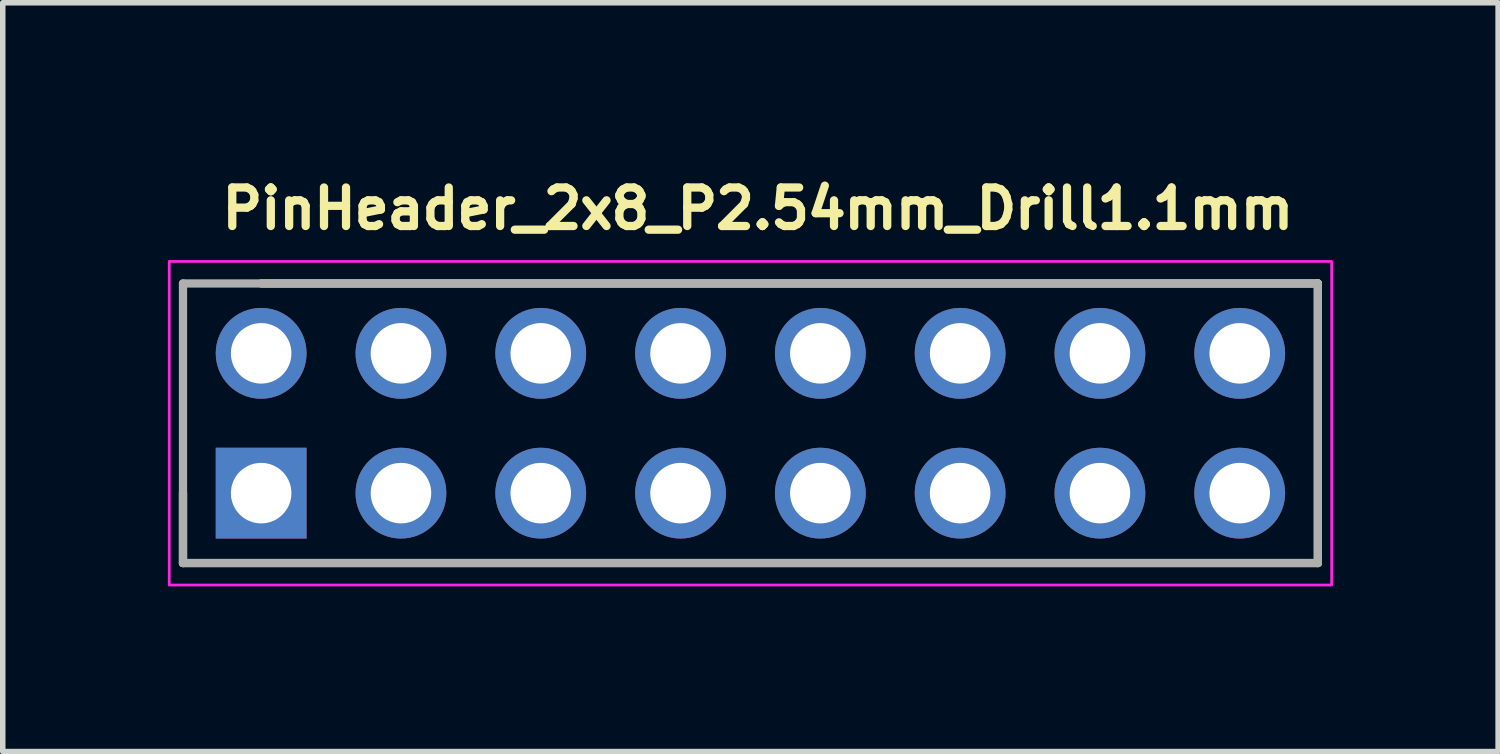
<source format=kicad_pcb>
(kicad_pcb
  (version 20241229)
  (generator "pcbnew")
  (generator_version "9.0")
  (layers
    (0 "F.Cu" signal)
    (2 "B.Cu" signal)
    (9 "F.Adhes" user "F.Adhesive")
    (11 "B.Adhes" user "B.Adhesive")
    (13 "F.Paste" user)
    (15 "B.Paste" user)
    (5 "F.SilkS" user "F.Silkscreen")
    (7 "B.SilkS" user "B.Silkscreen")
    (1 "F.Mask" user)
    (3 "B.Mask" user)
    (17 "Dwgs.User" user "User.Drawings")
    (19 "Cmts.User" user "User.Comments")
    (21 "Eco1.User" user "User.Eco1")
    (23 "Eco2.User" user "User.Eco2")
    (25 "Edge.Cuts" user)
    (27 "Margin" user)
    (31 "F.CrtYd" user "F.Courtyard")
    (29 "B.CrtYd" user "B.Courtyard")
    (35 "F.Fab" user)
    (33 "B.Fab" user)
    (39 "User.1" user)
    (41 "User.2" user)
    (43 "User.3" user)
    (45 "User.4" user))
  (footprint "PinHeader_2x8_P2.54mm_Drill1.1mm"
    (layer "F.Cu")
    (at 1.695 5.91)
    (property "Reference" "PinHeader_2x8_P2.54mm_Drill1.1mm" (at -0.79 -4.76 0) (unlocked yes) (layer "F.SilkS") (effects (font (size 0.7 0.7) (thickness 0.15)) (justify left bottom)))
    (attr through_hole)
    (fp_line (start -1.42 0) (end -1.42 1.27) (stroke (width 0.15) (type solid)) (layer "F.SilkS"))
    (fp_line (start -1.42 1.27) (end 19.2 1.27) (stroke (width 0.15) (type solid)) (layer "F.SilkS"))
    (fp_line (start 19.2 -3.81) (end 0 -3.81) (stroke (width 0.15) (type solid)) (layer "F.SilkS"))
    (fp_line (start 19.2 1.27) (end 19.2 -3.81) (stroke (width 0.15) (type solid)) (layer "F.SilkS"))
    (fp_rect (start -1.67 -4.21) (end 19.45 1.67) (stroke (width 0.05) (type solid)) (fill no) (layer "F.CrtYd"))
    (fp_line (start -1.42 -3.81) (end 19.2 -3.81) (stroke (width 0.15) (type solid)) (layer "F.Fab"))
    (fp_line (start -1.42 1.27) (end -1.42 -3.81) (stroke (width 0.15) (type solid)) (layer "F.Fab"))
    (fp_line (start 19.2 -3.81) (end 19.2 1.27) (stroke (width 0.15) (type solid)) (layer "F.Fab"))
    (fp_line (start 19.2 1.27) (end -1.42 1.27) (stroke (width 0.15) (type solid)) (layer "F.Fab"))
    (fp_rect (start -1.27 -3.81) (end 19.05 1.27) (stroke (width 0.1) (type solid)) (fill no) (layer "User.5"))
    (fp_line (start -1.27 -3.81) (end 1.045 -3.81) (stroke (width 0.02) (type solid)) (layer "User.9"))
    (fp_line (start -1.27 1.27) (end -1.27 -3.81) (stroke (width 0.02) (type solid)) (layer "User.9"))
    (fp_line (start -1.27 1.27) (end 1.045 1.27) (stroke (width 0.02) (type solid)) (layer "User.9"))
    (fp_line (start -0.32 -2.86) (end -0.064 -2.604) (stroke (width 0.02) (type solid)) (layer "User.9"))
    (fp_line (start -0.32 -2.86) (end 0.32 -2.86) (stroke (width 0.02) (type solid)) (layer "User.9"))
    (fp_line (start -0.32 -2.22) (end -0.32 -2.86) (stroke (width 0.02) (type solid)) (layer "User.9"))
    (fp_line (start -0.32 -2.22) (end -0.064 -2.476) (stroke (width 0.02) (type solid)) (layer "User.9"))
    (fp_line (start -0.32 -2.22) (end 0.32 -2.22) (stroke (width 0.02) (type solid)) (layer "User.9"))
    (fp_line (start -0.32 -0.32) (end -0.064 -0.064) (stroke (width 0.02) (type solid)) (layer "User.9"))
    (fp_line (start -0.32 -0.32) (end 0.32 -0.32) (stroke (width 0.02) (type solid)) (layer "User.9"))
    (fp_line (start -0.32 0.32) (end -0.32 -0.32) (stroke (width 0.02) (type solid)) (layer "User.9"))
    (fp_line (start -0.32 0.32) (end -0.064 0.064) (stroke (width 0.02) (type solid)) (layer "User.9"))
    (fp_line (start -0.32 0.32) (end 0.32 0.32) (stroke (width 0.02) (type solid)) (layer "User.9"))
    (fp_line (start -0.064 -2.604) (end 0.064 -2.604) (stroke (width 0.02) (type solid)) (layer "User.9"))
    (fp_line (start -0.064 -2.476) (end -0.064 -2.604) (stroke (width 0.02) (type solid)) (layer "User.9"))
    (fp_line (start -0.064 -2.476) (end 0.064 -2.476) (stroke (width 0.02) (type solid)) (layer "User.9"))
    (fp_line (start -0.064 -0.064) (end 0.064 -0.064) (stroke (width 0.02) (type solid)) (layer "User.9"))
    (fp_line (start -0.064 0.064) (end -0.064 -0.064) (stroke (width 0.02) (type solid)) (layer "User.9"))
    (fp_line (start -0.064 0.064) (end 0.064 0.064) (stroke (width 0.02) (type solid)) (layer "User.9"))
    (fp_line (start 0.064 -2.476) (end 0.064 -2.604) (stroke (width 0.02) (type solid)) (layer "User.9"))
    (fp_line (start 0.064 0.064) (end 0.064 -0.064) (stroke (width 0.02) (type solid)) (layer "User.9"))
    (fp_line (start 0.32 -2.86) (end 0.064 -2.604) (stroke (width 0.02) (type solid)) (layer "User.9"))
    (fp_line (start 0.32 -2.22) (end 0.064 -2.476) (stroke (width 0.02) (type solid)) (layer "User.9"))
    (fp_line (start 0.32 -2.22) (end 0.32 -2.86) (stroke (width 0.02) (type solid)) (layer "User.9"))
    (fp_line (start 0.32 -0.32) (end 0.064 -0.064) (stroke (width 0.02) (type solid)) (layer "User.9"))
    (fp_line (start 0.32 0.32) (end 0.064 0.064) (stroke (width 0.02) (type solid)) (layer "User.9"))
    (fp_line (start 0.32 0.32) (end 0.32 -0.32) (stroke (width 0.02) (type solid)) (layer "User.9"))
    (fp_line (start 1.045 -3.81) (end 1.27 -3.585) (stroke (width 0.02) (type solid)) (layer "User.9"))
    (fp_line (start 1.045 1.27) (end 1.045 -3.81) (stroke (width 0.02) (type solid)) (layer "User.9"))
    (fp_line (start 1.045 1.27) (end 1.27 1.045) (stroke (width 0.02) (type solid)) (layer "User.9"))
    (fp_line (start 1.27 1.045) (end 1.27 -3.585) (stroke (width 0.02) (type solid)) (layer "User.9"))
    (fp_line (start 1.495 -3.81) (end 1.27 -3.585) (stroke (width 0.02) (type solid)) (layer "User.9"))
    (fp_line (start 1.495 -3.81) (end 3.585 -3.81) (stroke (width 0.02) (type solid)) (layer "User.9"))
    (fp_line (start 1.495 1.27) (end 1.27 1.045) (stroke (width 0.02) (type solid)) (layer "User.9"))
    (fp_line (start 1.495 1.27) (end 1.495 -3.81) (stroke (width 0.02) (type solid)) (layer "User.9"))
    (fp_line (start 1.495 1.27) (end 3.585 1.27) (stroke (width 0.02) (type solid)) (layer "User.9"))
    (fp_line (start 2.22 -2.86) (end 2.476 -2.604) (stroke (width 0.02) (type solid)) (layer "User.9"))
    (fp_line (start 2.22 -2.86) (end 2.86 -2.86) (stroke (width 0.02) (type solid)) (layer "User.9"))
    (fp_line (start 2.22 -2.22) (end 2.22 -2.86) (stroke (width 0.02) (type solid)) (layer "User.9"))
    (fp_line (start 2.22 -2.22) (end 2.476 -2.476) (stroke (width 0.02) (type solid)) (layer "User.9"))
    (fp_line (start 2.22 -2.22) (end 2.86 -2.22) (stroke (width 0.02) (type solid)) (layer "User.9"))
    (fp_line (start 2.22 -0.32) (end 2.476 -0.064) (stroke (width 0.02) (type solid)) (layer "User.9"))
    (fp_line (start 2.22 -0.32) (end 2.86 -0.32) (stroke (width 0.02) (type solid)) (layer "User.9"))
    (fp_line (start 2.22 0.32) (end 2.22 -0.32) (stroke (width 0.02) (type solid)) (layer "User.9"))
    (fp_line (start 2.22 0.32) (end 2.476 0.064) (stroke (width 0.02) (type solid)) (layer "User.9"))
    (fp_line (start 2.22 0.32) (end 2.86 0.32) (stroke (width 0.02) (type solid)) (layer "User.9"))
    (fp_line (start 2.476 -2.604) (end 2.604 -2.604) (stroke (width 0.02) (type solid)) (layer "User.9"))
    (fp_line (start 2.476 -2.476) (end 2.476 -2.604) (stroke (width 0.02) (type solid)) (layer "User.9"))
    (fp_line (start 2.476 -2.476) (end 2.604 -2.476) (stroke (width 0.02) (type solid)) (layer "User.9"))
    (fp_line (start 2.476 -0.064) (end 2.604 -0.064) (stroke (width 0.02) (type solid)) (layer "User.9"))
    (fp_line (start 2.476 0.064) (end 2.476 -0.064) (stroke (width 0.02) (type solid)) (layer "User.9"))
    (fp_line (start 2.476 0.064) (end 2.604 0.064) (stroke (width 0.02) (type solid)) (layer "User.9"))
    (fp_line (start 2.604 -2.476) (end 2.604 -2.604) (stroke (width 0.02) (type solid)) (layer "User.9"))
    (fp_line (start 2.604 0.064) (end 2.604 -0.064) (stroke (width 0.02) (type solid)) (layer "User.9"))
    (fp_line (start 2.86 -2.86) (end 2.604 -2.604) (stroke (width 0.02) (type solid)) (layer "User.9"))
    (fp_line (start 2.86 -2.22) (end 2.604 -2.476) (stroke (width 0.02) (type solid)) (layer "User.9"))
    (fp_line (start 2.86 -2.22) (end 2.86 -2.86) (stroke (width 0.02) (type solid)) (layer "User.9"))
    (fp_line (start 2.86 -0.32) (end 2.604 -0.064) (stroke (width 0.02) (type solid)) (layer "User.9"))
    (fp_line (start 2.86 0.32) (end 2.604 0.064) (stroke (width 0.02) (type solid)) (layer "User.9"))
    (fp_line (start 2.86 0.32) (end 2.86 -0.32) (stroke (width 0.02) (type solid)) (layer "User.9"))
    (fp_line (start 3.585 -3.81) (end 3.81 -3.585) (stroke (width 0.02) (type solid)) (layer "User.9"))
    (fp_line (start 3.585 1.27) (end 3.585 -3.81) (stroke (width 0.02) (type solid)) (layer "User.9"))
    (fp_line (start 3.585 1.27) (end 3.81 1.045) (stroke (width 0.02) (type solid)) (layer "User.9"))
    (fp_line (start 3.81 1.045) (end 3.81 -3.585) (stroke (width 0.02) (type solid)) (layer "User.9"))
    (fp_line (start 4.035 -3.81) (end 3.81 -3.585) (stroke (width 0.02) (type solid)) (layer "User.9"))
    (fp_line (start 4.035 -3.81) (end 6.125 -3.81) (stroke (width 0.02) (type solid)) (layer "User.9"))
    (fp_line (start 4.035 1.27) (end 3.81 1.045) (stroke (width 0.02) (type solid)) (layer "User.9"))
    (fp_line (start 4.035 1.27) (end 4.035 -3.81) (stroke (width 0.02) (type solid)) (layer "User.9"))
    (fp_line (start 4.035 1.27) (end 6.125 1.27) (stroke (width 0.02) (type solid)) (layer "User.9"))
    (fp_line (start 4.76 -2.86) (end 5.016 -2.604) (stroke (width 0.02) (type solid)) (layer "User.9"))
    (fp_line (start 4.76 -2.86) (end 5.4 -2.86) (stroke (width 0.02) (type solid)) (layer "User.9"))
    (fp_line (start 4.76 -2.22) (end 4.76 -2.86) (stroke (width 0.02) (type solid)) (layer "User.9"))
    (fp_line (start 4.76 -2.22) (end 5.016 -2.476) (stroke (width 0.02) (type solid)) (layer "User.9"))
    (fp_line (start 4.76 -2.22) (end 5.4 -2.22) (stroke (width 0.02) (type solid)) (layer "User.9"))
    (fp_line (start 4.76 -0.32) (end 5.016 -0.064) (stroke (width 0.02) (type solid)) (layer "User.9"))
    (fp_line (start 4.76 -0.32) (end 5.4 -0.32) (stroke (width 0.02) (type solid)) (layer "User.9"))
    (fp_line (start 4.76 0.32) (end 4.76 -0.32) (stroke (width 0.02) (type solid)) (layer "User.9"))
    (fp_line (start 4.76 0.32) (end 5.016 0.064) (stroke (width 0.02) (type solid)) (layer "User.9"))
    (fp_line (start 4.76 0.32) (end 5.4 0.32) (stroke (width 0.02) (type solid)) (layer "User.9"))
    (fp_line (start 5.016 -2.604) (end 5.144 -2.604) (stroke (width 0.02) (type solid)) (layer "User.9"))
    (fp_line (start 5.016 -2.476) (end 5.016 -2.604) (stroke (width 0.02) (type solid)) (layer "User.9"))
    (fp_line (start 5.016 -2.476) (end 5.144 -2.476) (stroke (width 0.02) (type solid)) (layer "User.9"))
    (fp_line (start 5.016 -0.064) (end 5.144 -0.064) (stroke (width 0.02) (type solid)) (layer "User.9"))
    (fp_line (start 5.016 0.064) (end 5.016 -0.064) (stroke (width 0.02) (type solid)) (layer "User.9"))
    (fp_line (start 5.016 0.064) (end 5.144 0.064) (stroke (width 0.02) (type solid)) (layer "User.9"))
    (fp_line (start 5.144 -2.476) (end 5.144 -2.604) (stroke (width 0.02) (type solid)) (layer "User.9"))
    (fp_line (start 5.144 0.064) (end 5.144 -0.064) (stroke (width 0.02) (type solid)) (layer "User.9"))
    (fp_line (start 5.4 -2.86) (end 5.144 -2.604) (stroke (width 0.02) (type solid)) (layer "User.9"))
    (fp_line (start 5.4 -2.22) (end 5.144 -2.476) (stroke (width 0.02) (type solid)) (layer "User.9"))
    (fp_line (start 5.4 -2.22) (end 5.4 -2.86) (stroke (width 0.02) (type solid)) (layer "User.9"))
    (fp_line (start 5.4 -0.32) (end 5.144 -0.064) (stroke (width 0.02) (type solid)) (layer "User.9"))
    (fp_line (start 5.4 0.32) (end 5.144 0.064) (stroke (width 0.02) (type solid)) (layer "User.9"))
    (fp_line (start 5.4 0.32) (end 5.4 -0.32) (stroke (width 0.02) (type solid)) (layer "User.9"))
    (fp_line (start 6.125 -3.81) (end 6.35 -3.585) (stroke (width 0.02) (type solid)) (layer "User.9"))
    (fp_line (start 6.125 1.27) (end 6.125 -3.81) (stroke (width 0.02) (type solid)) (layer "User.9"))
    (fp_line (start 6.125 1.27) (end 6.35 1.045) (stroke (width 0.02) (type solid)) (layer "User.9"))
    (fp_line (start 6.35 1.045) (end 6.35 -3.585) (stroke (width 0.02) (type solid)) (layer "User.9"))
    (fp_line (start 6.575 -3.81) (end 6.35 -3.585) (stroke (width 0.02) (type solid)) (layer "User.9"))
    (fp_line (start 6.575 -3.81) (end 8.665 -3.81) (stroke (width 0.02) (type solid)) (layer "User.9"))
    (fp_line (start 6.575 1.27) (end 6.35 1.045) (stroke (width 0.02) (type solid)) (layer "User.9"))
    (fp_line (start 6.575 1.27) (end 6.575 -3.81) (stroke (width 0.02) (type solid)) (layer "User.9"))
    (fp_line (start 6.575 1.27) (end 8.665 1.27) (stroke (width 0.02) (type solid)) (layer "User.9"))
    (fp_line (start 7.3 -2.86) (end 7.556 -2.604) (stroke (width 0.02) (type solid)) (layer "User.9"))
    (fp_line (start 7.3 -2.86) (end 7.94 -2.86) (stroke (width 0.02) (type solid)) (layer "User.9"))
    (fp_line (start 7.3 -2.22) (end 7.3 -2.86) (stroke (width 0.02) (type solid)) (layer "User.9"))
    (fp_line (start 7.3 -2.22) (end 7.556 -2.476) (stroke (width 0.02) (type solid)) (layer "User.9"))
    (fp_line (start 7.3 -2.22) (end 7.94 -2.22) (stroke (width 0.02) (type solid)) (layer "User.9"))
    (fp_line (start 7.3 -0.32) (end 7.556 -0.064) (stroke (width 0.02) (type solid)) (layer "User.9"))
    (fp_line (start 7.3 -0.32) (end 7.94 -0.32) (stroke (width 0.02) (type solid)) (layer "User.9"))
    (fp_line (start 7.3 0.32) (end 7.3 -0.32) (stroke (width 0.02) (type solid)) (layer "User.9"))
    (fp_line (start 7.3 0.32) (end 7.556 0.064) (stroke (width 0.02) (type solid)) (layer "User.9"))
    (fp_line (start 7.3 0.32) (end 7.94 0.32) (stroke (width 0.02) (type solid)) (layer "User.9"))
    (fp_line (start 7.556 -2.604) (end 7.684 -2.604) (stroke (width 0.02) (type solid)) (layer "User.9"))
    (fp_line (start 7.556 -2.476) (end 7.556 -2.604) (stroke (width 0.02) (type solid)) (layer "User.9"))
    (fp_line (start 7.556 -2.476) (end 7.684 -2.476) (stroke (width 0.02) (type solid)) (layer "User.9"))
    (fp_line (start 7.556 -0.064) (end 7.684 -0.064) (stroke (width 0.02) (type solid)) (layer "User.9"))
    (fp_line (start 7.556 0.064) (end 7.556 -0.064) (stroke (width 0.02) (type solid)) (layer "User.9"))
    (fp_line (start 7.556 0.064) (end 7.684 0.064) (stroke (width 0.02) (type solid)) (layer "User.9"))
    (fp_line (start 7.684 -2.476) (end 7.684 -2.604) (stroke (width 0.02) (type solid)) (layer "User.9"))
    (fp_line (start 7.684 0.064) (end 7.684 -0.064) (stroke (width 0.02) (type solid)) (layer "User.9"))
    (fp_line (start 7.94 -2.86) (end 7.684 -2.604) (stroke (width 0.02) (type solid)) (layer "User.9"))
    (fp_line (start 7.94 -2.22) (end 7.684 -2.476) (stroke (width 0.02) (type solid)) (layer "User.9"))
    (fp_line (start 7.94 -2.22) (end 7.94 -2.86) (stroke (width 0.02) (type solid)) (layer "User.9"))
    (fp_line (start 7.94 -0.32) (end 7.684 -0.064) (stroke (width 0.02) (type solid)) (layer "User.9"))
    (fp_line (start 7.94 0.32) (end 7.684 0.064) (stroke (width 0.02) (type solid)) (layer "User.9"))
    (fp_line (start 7.94 0.32) (end 7.94 -0.32) (stroke (width 0.02) (type solid)) (layer "User.9"))
    (fp_line (start 8.665 -3.81) (end 8.89 -3.585) (stroke (width 0.02) (type solid)) (layer "User.9"))
    (fp_line (start 8.665 1.27) (end 8.665 -3.81) (stroke (width 0.02) (type solid)) (layer "User.9"))
    (fp_line (start 8.665 1.27) (end 8.89 1.045) (stroke (width 0.02) (type solid)) (layer "User.9"))
    (fp_line (start 8.89 1.045) (end 8.89 -3.585) (stroke (width 0.02) (type solid)) (layer "User.9"))
    (fp_line (start 9.115 -3.81) (end 8.89 -3.585) (stroke (width 0.02) (type solid)) (layer "User.9"))
    (fp_line (start 9.115 -3.81) (end 11.206 -3.81) (stroke (width 0.02) (type solid)) (layer "User.9"))
    (fp_line (start 9.115 1.27) (end 8.89 1.045) (stroke (width 0.02) (type solid)) (layer "User.9"))
    (fp_line (start 9.115 1.27) (end 9.115 -3.81) (stroke (width 0.02) (type solid)) (layer "User.9"))
    (fp_line (start 9.115 1.27) (end 11.206 1.27) (stroke (width 0.02) (type solid)) (layer "User.9"))
    (fp_line (start 9.84 -2.86) (end 10.096 -2.604) (stroke (width 0.02) (type solid)) (layer "User.9"))
    (fp_line (start 9.84 -2.86) (end 10.48 -2.86) (stroke (width 0.02) (type solid)) (layer "User.9"))
    (fp_line (start 9.84 -2.22) (end 9.84 -2.86) (stroke (width 0.02) (type solid)) (layer "User.9"))
    (fp_line (start 9.84 -2.22) (end 10.096 -2.476) (stroke (width 0.02) (type solid)) (layer "User.9"))
    (fp_line (start 9.84 -2.22) (end 10.48 -2.22) (stroke (width 0.02) (type solid)) (layer "User.9"))
    (fp_line (start 9.84 -0.32) (end 10.096 -0.064) (stroke (width 0.02) (type solid)) (layer "User.9"))
    (fp_line (start 9.84 -0.32) (end 10.48 -0.32) (stroke (width 0.02) (type solid)) (layer "User.9"))
    (fp_line (start 9.84 0.32) (end 9.84 -0.32) (stroke (width 0.02) (type solid)) (layer "User.9"))
    (fp_line (start 9.84 0.32) (end 10.096 0.064) (stroke (width 0.02) (type solid)) (layer "User.9"))
    (fp_line (start 9.84 0.32) (end 10.48 0.32) (stroke (width 0.02) (type solid)) (layer "User.9"))
    (fp_line (start 10.096 -2.604) (end 10.224 -2.604) (stroke (width 0.02) (type solid)) (layer "User.9"))
    (fp_line (start 10.096 -2.476) (end 10.096 -2.604) (stroke (width 0.02) (type solid)) (layer "User.9"))
    (fp_line (start 10.096 -2.476) (end 10.224 -2.476) (stroke (width 0.02) (type solid)) (layer "User.9"))
    (fp_line (start 10.096 -0.064) (end 10.224 -0.064) (stroke (width 0.02) (type solid)) (layer "User.9"))
    (fp_line (start 10.096 0.064) (end 10.096 -0.064) (stroke (width 0.02) (type solid)) (layer "User.9"))
    (fp_line (start 10.096 0.064) (end 10.224 0.064) (stroke (width 0.02) (type solid)) (layer "User.9"))
    (fp_line (start 10.224 -2.476) (end 10.224 -2.604) (stroke (width 0.02) (type solid)) (layer "User.9"))
    (fp_line (start 10.224 0.064) (end 10.224 -0.064) (stroke (width 0.02) (type solid)) (layer "User.9"))
    (fp_line (start 10.48 -2.86) (end 10.224 -2.604) (stroke (width 0.02) (type solid)) (layer "User.9"))
    (fp_line (start 10.48 -2.22) (end 10.224 -2.476) (stroke (width 0.02) (type solid)) (layer "User.9"))
    (fp_line (start 10.48 -2.22) (end 10.48 -2.86) (stroke (width 0.02) (type solid)) (layer "User.9"))
    (fp_line (start 10.48 -0.32) (end 10.224 -0.064) (stroke (width 0.02) (type solid)) (layer "User.9"))
    (fp_line (start 10.48 0.32) (end 10.224 0.064) (stroke (width 0.02) (type solid)) (layer "User.9"))
    (fp_line (start 10.48 0.32) (end 10.48 -0.32) (stroke (width 0.02) (type solid)) (layer "User.9"))
    (fp_line (start 11.206 -3.81) (end 11.43 -3.585) (stroke (width 0.02) (type solid)) (layer "User.9"))
    (fp_line (start 11.206 1.27) (end 11.206 -3.81) (stroke (width 0.02) (type solid)) (layer "User.9"))
    (fp_line (start 11.206 1.27) (end 11.43 1.045) (stroke (width 0.02) (type solid)) (layer "User.9"))
    (fp_line (start 11.43 1.045) (end 11.43 -3.585) (stroke (width 0.02) (type solid)) (layer "User.9"))
    (fp_line (start 11.654 -3.81) (end 11.43 -3.585) (stroke (width 0.02) (type solid)) (layer "User.9"))
    (fp_line (start 11.654 -3.81) (end 13.746 -3.81) (stroke (width 0.02) (type solid)) (layer "User.9"))
    (fp_line (start 11.654 1.27) (end 11.43 1.045) (stroke (width 0.02) (type solid)) (layer "User.9"))
    (fp_line (start 11.654 1.27) (end 11.654 -3.81) (stroke (width 0.02) (type solid)) (layer "User.9"))
    (fp_line (start 11.654 1.27) (end 13.746 1.27) (stroke (width 0.02) (type solid)) (layer "User.9"))
    (fp_line (start 12.38 -2.86) (end 12.636 -2.604) (stroke (width 0.02) (type solid)) (layer "User.9"))
    (fp_line (start 12.38 -2.86) (end 13.02 -2.86) (stroke (width 0.02) (type solid)) (layer "User.9"))
    (fp_line (start 12.38 -2.22) (end 12.38 -2.86) (stroke (width 0.02) (type solid)) (layer "User.9"))
    (fp_line (start 12.38 -2.22) (end 12.636 -2.476) (stroke (width 0.02) (type solid)) (layer "User.9"))
    (fp_line (start 12.38 -2.22) (end 13.02 -2.22) (stroke (width 0.02) (type solid)) (layer "User.9"))
    (fp_line (start 12.38 -0.32) (end 12.636 -0.064) (stroke (width 0.02) (type solid)) (layer "User.9"))
    (fp_line (start 12.38 -0.32) (end 13.02 -0.32) (stroke (width 0.02) (type solid)) (layer "User.9"))
    (fp_line (start 12.38 0.32) (end 12.38 -0.32) (stroke (width 0.02) (type solid)) (layer "User.9"))
    (fp_line (start 12.38 0.32) (end 12.636 0.064) (stroke (width 0.02) (type solid)) (layer "User.9"))
    (fp_line (start 12.38 0.32) (end 13.02 0.32) (stroke (width 0.02) (type solid)) (layer "User.9"))
    (fp_line (start 12.636 -2.604) (end 12.764 -2.604) (stroke (width 0.02) (type solid)) (layer "User.9"))
    (fp_line (start 12.636 -2.476) (end 12.636 -2.604) (stroke (width 0.02) (type solid)) (layer "User.9"))
    (fp_line (start 12.636 -2.476) (end 12.764 -2.476) (stroke (width 0.02) (type solid)) (layer "User.9"))
    (fp_line (start 12.636 -0.064) (end 12.764 -0.064) (stroke (width 0.02) (type solid)) (layer "User.9"))
    (fp_line (start 12.636 0.064) (end 12.636 -0.064) (stroke (width 0.02) (type solid)) (layer "User.9"))
    (fp_line (start 12.636 0.064) (end 12.764 0.064) (stroke (width 0.02) (type solid)) (layer "User.9"))
    (fp_line (start 12.764 -2.476) (end 12.764 -2.604) (stroke (width 0.02) (type solid)) (layer "User.9"))
    (fp_line (start 12.764 0.064) (end 12.764 -0.064) (stroke (width 0.02) (type solid)) (layer "User.9"))
    (fp_line (start 13.02 -2.86) (end 12.764 -2.604) (stroke (width 0.02) (type solid)) (layer "User.9"))
    (fp_line (start 13.02 -2.22) (end 12.764 -2.476) (stroke (width 0.02) (type solid)) (layer "User.9"))
    (fp_line (start 13.02 -2.22) (end 13.02 -2.86) (stroke (width 0.02) (type solid)) (layer "User.9"))
    (fp_line (start 13.02 -0.32) (end 12.764 -0.064) (stroke (width 0.02) (type solid)) (layer "User.9"))
    (fp_line (start 13.02 0.32) (end 12.764 0.064) (stroke (width 0.02) (type solid)) (layer "User.9"))
    (fp_line (start 13.02 0.32) (end 13.02 -0.32) (stroke (width 0.02) (type solid)) (layer "User.9"))
    (fp_line (start 13.746 -3.81) (end 13.97 -3.585) (stroke (width 0.02) (type solid)) (layer "User.9"))
    (fp_line (start 13.746 1.27) (end 13.746 -3.81) (stroke (width 0.02) (type solid)) (layer "User.9"))
    (fp_line (start 13.746 1.27) (end 13.97 1.045) (stroke (width 0.02) (type solid)) (layer "User.9"))
    (fp_line (start 13.97 1.045) (end 13.97 -3.585) (stroke (width 0.02) (type solid)) (layer "User.9"))
    (fp_line (start 14.194 -3.81) (end 13.97 -3.585) (stroke (width 0.02) (type solid)) (layer "User.9"))
    (fp_line (start 14.194 -3.81) (end 16.285 -3.81) (stroke (width 0.02) (type solid)) (layer "User.9"))
    (fp_line (start 14.194 1.27) (end 13.97 1.045) (stroke (width 0.02) (type solid)) (layer "User.9"))
    (fp_line (start 14.194 1.27) (end 14.194 -3.81) (stroke (width 0.02) (type solid)) (layer "User.9"))
    (fp_line (start 14.194 1.27) (end 16.285 1.27) (stroke (width 0.02) (type solid)) (layer "User.9"))
    (fp_line (start 14.92 -2.86) (end 15.176 -2.604) (stroke (width 0.02) (type solid)) (layer "User.9"))
    (fp_line (start 14.92 -2.86) (end 15.56 -2.86) (stroke (width 0.02) (type solid)) (layer "User.9"))
    (fp_line (start 14.92 -2.22) (end 14.92 -2.86) (stroke (width 0.02) (type solid)) (layer "User.9"))
    (fp_line (start 14.92 -2.22) (end 15.176 -2.476) (stroke (width 0.02) (type solid)) (layer "User.9"))
    (fp_line (start 14.92 -2.22) (end 15.56 -2.22) (stroke (width 0.02) (type solid)) (layer "User.9"))
    (fp_line (start 14.92 -0.32) (end 15.176 -0.064) (stroke (width 0.02) (type solid)) (layer "User.9"))
    (fp_line (start 14.92 -0.32) (end 15.56 -0.32) (stroke (width 0.02) (type solid)) (layer "User.9"))
    (fp_line (start 14.92 0.32) (end 14.92 -0.32) (stroke (width 0.02) (type solid)) (layer "User.9"))
    (fp_line (start 14.92 0.32) (end 15.176 0.064) (stroke (width 0.02) (type solid)) (layer "User.9"))
    (fp_line (start 14.92 0.32) (end 15.56 0.32) (stroke (width 0.02) (type solid)) (layer "User.9"))
    (fp_line (start 15.176 -2.604) (end 15.304 -2.604) (stroke (width 0.02) (type solid)) (layer "User.9"))
    (fp_line (start 15.176 -2.476) (end 15.176 -2.604) (stroke (width 0.02) (type solid)) (layer "User.9"))
    (fp_line (start 15.176 -2.476) (end 15.304 -2.476) (stroke (width 0.02) (type solid)) (layer "User.9"))
    (fp_line (start 15.176 -0.064) (end 15.304 -0.064) (stroke (width 0.02) (type solid)) (layer "User.9"))
    (fp_line (start 15.176 0.064) (end 15.176 -0.064) (stroke (width 0.02) (type solid)) (layer "User.9"))
    (fp_line (start 15.176 0.064) (end 15.304 0.064) (stroke (width 0.02) (type solid)) (layer "User.9"))
    (fp_line (start 15.304 -2.476) (end 15.304 -2.604) (stroke (width 0.02) (type solid)) (layer "User.9"))
    (fp_line (start 15.304 0.064) (end 15.304 -0.064) (stroke (width 0.02) (type solid)) (layer "User.9"))
    (fp_line (start 15.56 -2.86) (end 15.304 -2.604) (stroke (width 0.02) (type solid)) (layer "User.9"))
    (fp_line (start 15.56 -2.22) (end 15.304 -2.476) (stroke (width 0.02) (type solid)) (layer "User.9"))
    (fp_line (start 15.56 -2.22) (end 15.56 -2.86) (stroke (width 0.02) (type solid)) (layer "User.9"))
    (fp_line (start 15.56 -0.32) (end 15.304 -0.064) (stroke (width 0.02) (type solid)) (layer "User.9"))
    (fp_line (start 15.56 0.32) (end 15.304 0.064) (stroke (width 0.02) (type solid)) (layer "User.9"))
    (fp_line (start 15.56 0.32) (end 15.56 -0.32) (stroke (width 0.02) (type solid)) (layer "User.9"))
    (fp_line (start 16.285 -3.81) (end 16.51 -3.585) (stroke (width 0.02) (type solid)) (layer "User.9"))
    (fp_line (start 16.285 1.27) (end 16.285 -3.81) (stroke (width 0.02) (type solid)) (layer "User.9"))
    (fp_line (start 16.285 1.27) (end 16.51 1.045) (stroke (width 0.02) (type solid)) (layer "User.9"))
    (fp_line (start 16.51 1.045) (end 16.51 -3.585) (stroke (width 0.02) (type solid)) (layer "User.9"))
    (fp_line (start 16.735 -3.81) (end 16.51 -3.585) (stroke (width 0.02) (type solid)) (layer "User.9"))
    (fp_line (start 16.735 -3.81) (end 19.05 -3.81) (stroke (width 0.02) (type solid)) (layer "User.9"))
    (fp_line (start 16.735 1.27) (end 16.51 1.045) (stroke (width 0.02) (type solid)) (layer "User.9"))
    (fp_line (start 16.735 1.27) (end 16.735 -3.81) (stroke (width 0.02) (type solid)) (layer "User.9"))
    (fp_line (start 16.735 1.27) (end 19.05 1.27) (stroke (width 0.02) (type solid)) (layer "User.9"))
    (fp_line (start 17.46 -2.86) (end 17.716 -2.604) (stroke (width 0.02) (type solid)) (layer "User.9"))
    (fp_line (start 17.46 -2.86) (end 18.1 -2.86) (stroke (width 0.02) (type solid)) (layer "User.9"))
    (fp_line (start 17.46 -2.22) (end 17.46 -2.86) (stroke (width 0.02) (type solid)) (layer "User.9"))
    (fp_line (start 17.46 -2.22) (end 17.716 -2.476) (stroke (width 0.02) (type solid)) (layer "User.9"))
    (fp_line (start 17.46 -2.22) (end 18.1 -2.22) (stroke (width 0.02) (type solid)) (layer "User.9"))
    (fp_line (start 17.46 -0.32) (end 17.716 -0.064) (stroke (width 0.02) (type solid)) (layer "User.9"))
    (fp_line (start 17.46 -0.32) (end 18.1 -0.32) (stroke (width 0.02) (type solid)) (layer "User.9"))
    (fp_line (start 17.46 0.32) (end 17.46 -0.32) (stroke (width 0.02) (type solid)) (layer "User.9"))
    (fp_line (start 17.46 0.32) (end 17.716 0.064) (stroke (width 0.02) (type solid)) (layer "User.9"))
    (fp_line (start 17.46 0.32) (end 18.1 0.32) (stroke (width 0.02) (type solid)) (layer "User.9"))
    (fp_line (start 17.716 -2.604) (end 17.844 -2.604) (stroke (width 0.02) (type solid)) (layer "User.9"))
    (fp_line (start 17.716 -2.476) (end 17.716 -2.604) (stroke (width 0.02) (type solid)) (layer "User.9"))
    (fp_line (start 17.716 -2.476) (end 17.844 -2.476) (stroke (width 0.02) (type solid)) (layer "User.9"))
    (fp_line (start 17.716 -0.064) (end 17.844 -0.064) (stroke (width 0.02) (type solid)) (layer "User.9"))
    (fp_line (start 17.716 0.064) (end 17.716 -0.064) (stroke (width 0.02) (type solid)) (layer "User.9"))
    (fp_line (start 17.716 0.064) (end 17.844 0.064) (stroke (width 0.02) (type solid)) (layer "User.9"))
    (fp_line (start 17.844 -2.476) (end 17.844 -2.604) (stroke (width 0.02) (type solid)) (layer "User.9"))
    (fp_line (start 17.844 0.064) (end 17.844 -0.064) (stroke (width 0.02) (type solid)) (layer "User.9"))
    (fp_line (start 18.1 -2.86) (end 17.844 -2.604) (stroke (width 0.02) (type solid)) (layer "User.9"))
    (fp_line (start 18.1 -2.22) (end 17.844 -2.476) (stroke (width 0.02) (type solid)) (layer "User.9"))
    (fp_line (start 18.1 -2.22) (end 18.1 -2.86) (stroke (width 0.02) (type solid)) (layer "User.9"))
    (fp_line (start 18.1 -0.32) (end 17.844 -0.064) (stroke (width 0.02) (type solid)) (layer "User.9"))
    (fp_line (start 18.1 0.32) (end 17.844 0.064) (stroke (width 0.02) (type solid)) (layer "User.9"))
    (fp_line (start 18.1 0.32) (end 18.1 -0.32) (stroke (width 0.02) (type solid)) (layer "User.9"))
    (fp_line (start 19.05 1.27) (end 19.05 -3.81) (stroke (width 0.02) (type solid)) (layer "User.9"))
    (pad "1" thru_hole rect (at 0 0) (size 1.65 1.65) (drill 1.1) (layers "*.Cu" "*.Mask"))
    (pad "2" thru_hole circle (at 0 -2.54) (size 1.65 1.65) (drill 1.1) (layers "*.Cu" "*.Mask"))
    (pad "3" thru_hole circle (at 2.54 0) (size 1.65 1.65) (drill 1.1) (layers "*.Cu" "*.Mask"))
    (pad "4" thru_hole circle (at 2.54 -2.54) (size 1.65 1.65) (drill 1.1) (layers "*.Cu" "*.Mask"))
    (pad "5" thru_hole circle (at 5.08 0) (size 1.65 1.65) (drill 1.1) (layers "*.Cu" "*.Mask"))
    (pad "6" thru_hole circle (at 5.08 -2.54) (size 1.65 1.65) (drill 1.1) (layers "*.Cu" "*.Mask"))
    (pad "7" thru_hole circle (at 7.62 0) (size 1.65 1.65) (drill 1.1) (layers "*.Cu" "*.Mask"))
    (pad "8" thru_hole circle (at 7.62 -2.54) (size 1.65 1.65) (drill 1.1) (layers "*.Cu" "*.Mask"))
    (pad "9" thru_hole circle (at 10.16 0) (size 1.65 1.65) (drill 1.1) (layers "*.Cu" "*.Mask"))
    (pad "10" thru_hole circle (at 10.16 -2.54) (size 1.65 1.65) (drill 1.1) (layers "*.Cu" "*.Mask"))
    (pad "11" thru_hole circle (at 12.7 0) (size 1.65 1.65) (drill 1.1) (layers "*.Cu" "*.Mask"))
    (pad "12" thru_hole circle (at 12.7 -2.54) (size 1.65 1.65) (drill 1.1) (layers "*.Cu" "*.Mask"))
    (pad "13" thru_hole circle (at 15.24 0) (size 1.65 1.65) (drill 1.1) (layers "*.Cu" "*.Mask"))
    (pad "14" thru_hole circle (at 15.24 -2.54) (size 1.65 1.65) (drill 1.1) (layers "*.Cu" "*.Mask"))
    (pad "15" thru_hole circle (at 17.78 0) (size 1.65 1.65) (drill 1.1) (layers "*.Cu" "*.Mask"))
    (pad "16" thru_hole circle (at 17.78 -2.54) (size 1.65 1.65) (drill 1.1) (layers "*.Cu" "*.Mask")))
  (gr_rect
    (start -3 -3)
    (end 24.17 10.605)
    (stroke (width 0.1) (type default))
    (fill no)
    (layer "Edge.Cuts")))
</source>
